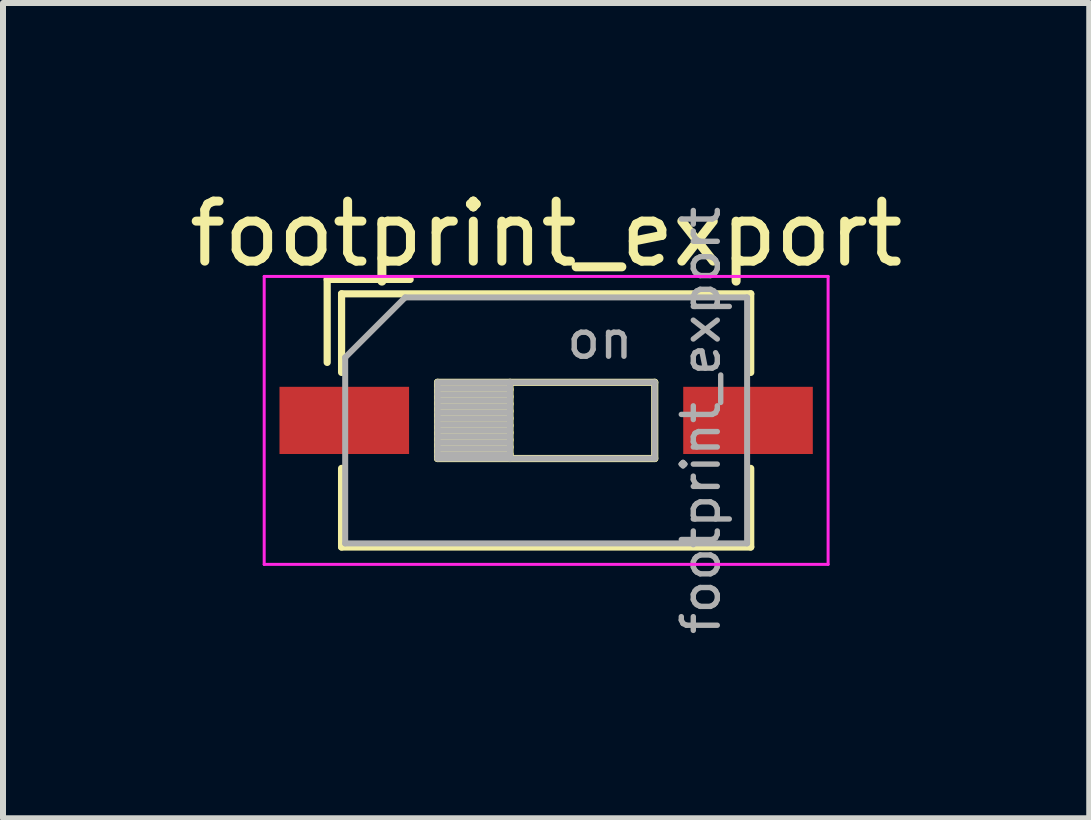
<source format=kicad_pcb>
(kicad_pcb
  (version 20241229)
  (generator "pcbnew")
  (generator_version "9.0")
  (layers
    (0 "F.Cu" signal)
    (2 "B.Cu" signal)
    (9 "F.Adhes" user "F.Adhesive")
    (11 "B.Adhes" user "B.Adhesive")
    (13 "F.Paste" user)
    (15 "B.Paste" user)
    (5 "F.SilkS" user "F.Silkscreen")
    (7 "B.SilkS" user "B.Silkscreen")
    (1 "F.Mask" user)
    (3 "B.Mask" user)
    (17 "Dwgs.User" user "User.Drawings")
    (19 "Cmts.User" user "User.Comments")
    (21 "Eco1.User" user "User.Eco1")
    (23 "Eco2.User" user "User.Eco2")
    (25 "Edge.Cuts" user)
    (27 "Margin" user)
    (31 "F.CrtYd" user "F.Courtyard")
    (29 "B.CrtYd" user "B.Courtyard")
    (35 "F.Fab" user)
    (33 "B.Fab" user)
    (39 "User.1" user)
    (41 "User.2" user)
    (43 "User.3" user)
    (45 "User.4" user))
  (footprint "footprint_export"
    (layer "F.Cu")
    (at 6.054 3.958)
    (property "Reference" "footprint_export" (at 0 -3.11 0) (layer "F.SilkS") (effects (font (size 1 1) (thickness 0.15))))
    (attr smd)
    (fp_line (start -3.65 -2.35) (end -3.65 -0.967) (stroke (width 0.12) (type solid)) (layer "F.SilkS"))
    (fp_line (start -3.65 -2.35) (end -2.267 -2.35) (stroke (width 0.12) (type solid)) (layer "F.SilkS"))
    (fp_line (start -3.41 -2.11) (end -3.41 -0.8) (stroke (width 0.12) (type solid)) (layer "F.SilkS"))
    (fp_line (start -3.41 -2.11) (end 3.41 -2.11) (stroke (width 0.12) (type solid)) (layer "F.SilkS"))
    (fp_line (start -3.41 0.8) (end -3.41 2.11) (stroke (width 0.12) (type solid)) (layer "F.SilkS"))
    (fp_line (start -3.41 2.11) (end 3.41 2.11) (stroke (width 0.12) (type solid)) (layer "F.SilkS"))
    (fp_line (start -1.81 -0.635) (end -1.81 0.635) (stroke (width 0.12) (type solid)) (layer "F.SilkS"))
    (fp_line (start -1.81 -0.515) (end -0.603 -0.515) (stroke (width 0.12) (type solid)) (layer "F.SilkS"))
    (fp_line (start -1.81 -0.395) (end -0.603 -0.395) (stroke (width 0.12) (type solid)) (layer "F.SilkS"))
    (fp_line (start -1.81 -0.275) (end -0.603 -0.275) (stroke (width 0.12) (type solid)) (layer "F.SilkS"))
    (fp_line (start -1.81 -0.155) (end -0.603 -0.155) (stroke (width 0.12) (type solid)) (layer "F.SilkS"))
    (fp_line (start -1.81 -0.035) (end -0.603 -0.035) (stroke (width 0.12) (type solid)) (layer "F.SilkS"))
    (fp_line (start -1.81 0.085) (end -0.603 0.085) (stroke (width 0.12) (type solid)) (layer "F.SilkS"))
    (fp_line (start -1.81 0.205) (end -0.603 0.205) (stroke (width 0.12) (type solid)) (layer "F.SilkS"))
    (fp_line (start -1.81 0.325) (end -0.603 0.325) (stroke (width 0.12) (type solid)) (layer "F.SilkS"))
    (fp_line (start -1.81 0.445) (end -0.603 0.445) (stroke (width 0.12) (type solid)) (layer "F.SilkS"))
    (fp_line (start -1.81 0.565) (end -0.603 0.565) (stroke (width 0.12) (type solid)) (layer "F.SilkS"))
    (fp_line (start -1.81 0.635) (end 1.81 0.635) (stroke (width 0.12) (type solid)) (layer "F.SilkS"))
    (fp_line (start -0.603 -0.635) (end -0.603 0.635) (stroke (width 0.12) (type solid)) (layer "F.SilkS"))
    (fp_line (start 1.81 -0.635) (end -1.81 -0.635) (stroke (width 0.12) (type solid)) (layer "F.SilkS"))
    (fp_line (start 1.81 0.635) (end 1.81 -0.635) (stroke (width 0.12) (type solid)) (layer "F.SilkS"))
    (fp_line (start 3.41 -2.11) (end 3.41 -0.8) (stroke (width 0.12) (type solid)) (layer "F.SilkS"))
    (fp_line (start 3.41 0.8) (end 3.41 2.11) (stroke (width 0.12) (type solid)) (layer "F.SilkS"))
    (fp_line (start -4.7 -2.4) (end -4.7 2.4) (stroke (width 0.05) (type solid)) (layer "F.CrtYd"))
    (fp_line (start -4.7 2.4) (end 4.7 2.4) (stroke (width 0.05) (type solid)) (layer "F.CrtYd"))
    (fp_line (start 4.7 -2.4) (end -4.7 -2.4) (stroke (width 0.05) (type solid)) (layer "F.CrtYd"))
    (fp_line (start 4.7 2.4) (end 4.7 -2.4) (stroke (width 0.05) (type solid)) (layer "F.CrtYd"))
    (fp_line (start -3.35 -1.05) (end -2.35 -2.05) (stroke (width 0.1) (type solid)) (layer "F.Fab"))
    (fp_line (start -3.35 2.05) (end -3.35 -1.05) (stroke (width 0.1) (type solid)) (layer "F.Fab"))
    (fp_line (start -2.35 -2.05) (end 3.35 -2.05) (stroke (width 0.1) (type solid)) (layer "F.Fab"))
    (fp_line (start -1.81 -0.635) (end -1.81 0.635) (stroke (width 0.1) (type solid)) (layer "F.Fab"))
    (fp_line (start -1.81 -0.535) (end -0.603 -0.535) (stroke (width 0.1) (type solid)) (layer "F.Fab"))
    (fp_line (start -1.81 -0.435) (end -0.603 -0.435) (stroke (width 0.1) (type solid)) (layer "F.Fab"))
    (fp_line (start -1.81 -0.335) (end -0.603 -0.335) (stroke (width 0.1) (type solid)) (layer "F.Fab"))
    (fp_line (start -1.81 -0.235) (end -0.603 -0.235) (stroke (width 0.1) (type solid)) (layer "F.Fab"))
    (fp_line (start -1.81 -0.135) (end -0.603 -0.135) (stroke (width 0.1) (type solid)) (layer "F.Fab"))
    (fp_line (start -1.81 -0.035) (end -0.603 -0.035) (stroke (width 0.1) (type solid)) (layer "F.Fab"))
    (fp_line (start -1.81 0.065) (end -0.603 0.065) (stroke (width 0.1) (type solid)) (layer "F.Fab"))
    (fp_line (start -1.81 0.165) (end -0.603 0.165) (stroke (width 0.1) (type solid)) (layer "F.Fab"))
    (fp_line (start -1.81 0.265) (end -0.603 0.265) (stroke (width 0.1) (type solid)) (layer "F.Fab"))
    (fp_line (start -1.81 0.365) (end -0.603 0.365) (stroke (width 0.1) (type solid)) (layer "F.Fab"))
    (fp_line (start -1.81 0.465) (end -0.603 0.465) (stroke (width 0.1) (type solid)) (layer "F.Fab"))
    (fp_line (start -1.81 0.565) (end -0.603 0.565) (stroke (width 0.1) (type solid)) (layer "F.Fab"))
    (fp_line (start -1.81 0.635) (end 1.81 0.635) (stroke (width 0.1) (type solid)) (layer "F.Fab"))
    (fp_line (start -0.603 -0.635) (end -0.603 0.635) (stroke (width 0.1) (type solid)) (layer "F.Fab"))
    (fp_line (start 1.81 -0.635) (end -1.81 -0.635) (stroke (width 0.1) (type solid)) (layer "F.Fab"))
    (fp_line (start 1.81 0.635) (end 1.81 -0.635) (stroke (width 0.1) (type solid)) (layer "F.Fab"))
    (fp_line (start 3.35 -2.05) (end 3.35 2.05) (stroke (width 0.1) (type solid)) (layer "F.Fab"))
    (fp_line (start 3.35 2.05) (end -3.35 2.05) (stroke (width 0.1) (type solid)) (layer "F.Fab"))
    (fp_text user "${REFERENCE}" (at 2.58 0 90) (layer "F.Fab") (effects (font (size 0.6 0.6) (thickness 0.09))))
    (fp_text user "on" (at 0.897 -1.343 0) (layer "F.Fab") (effects (font (size 0.6 0.6) (thickness 0.09))))
    (pad "1" smd rect (at -3.365 0) (size 2.16 1.12) (layers "F.Cu" "F.Mask" "F.Paste"))
    (pad "2" smd rect (at 3.365 0) (size 2.16 1.12) (layers "F.Cu" "F.Mask" "F.Paste")))
  (gr_rect
    (start -3 -3)
    (end 15.107 10.59)
    (stroke (width 0.1) (type default))
    (fill no)
    (layer "Edge.Cuts")))
</source>
